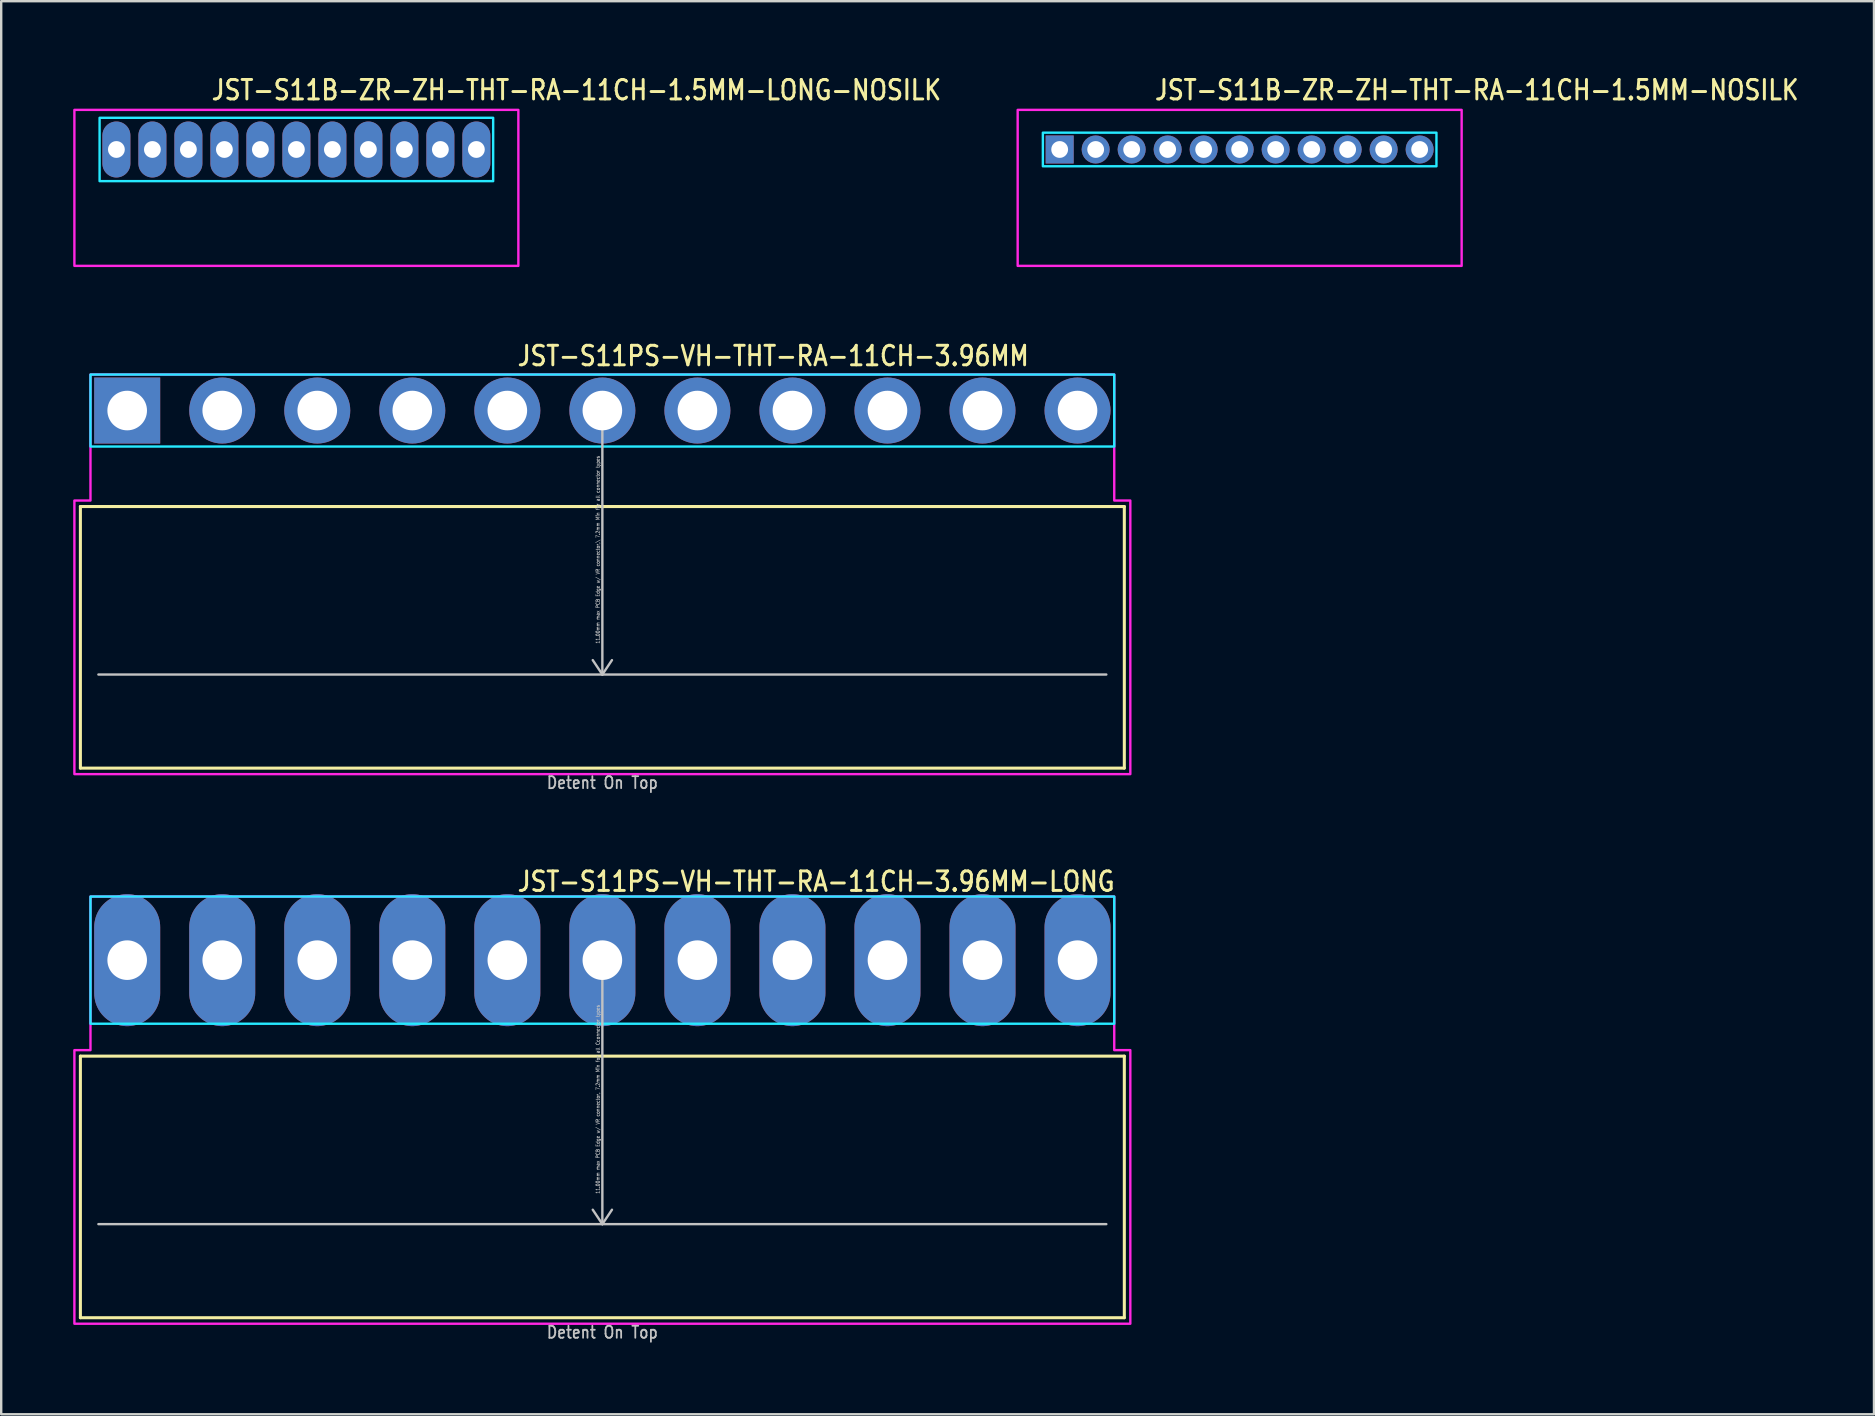
<source format=kicad_pcb>
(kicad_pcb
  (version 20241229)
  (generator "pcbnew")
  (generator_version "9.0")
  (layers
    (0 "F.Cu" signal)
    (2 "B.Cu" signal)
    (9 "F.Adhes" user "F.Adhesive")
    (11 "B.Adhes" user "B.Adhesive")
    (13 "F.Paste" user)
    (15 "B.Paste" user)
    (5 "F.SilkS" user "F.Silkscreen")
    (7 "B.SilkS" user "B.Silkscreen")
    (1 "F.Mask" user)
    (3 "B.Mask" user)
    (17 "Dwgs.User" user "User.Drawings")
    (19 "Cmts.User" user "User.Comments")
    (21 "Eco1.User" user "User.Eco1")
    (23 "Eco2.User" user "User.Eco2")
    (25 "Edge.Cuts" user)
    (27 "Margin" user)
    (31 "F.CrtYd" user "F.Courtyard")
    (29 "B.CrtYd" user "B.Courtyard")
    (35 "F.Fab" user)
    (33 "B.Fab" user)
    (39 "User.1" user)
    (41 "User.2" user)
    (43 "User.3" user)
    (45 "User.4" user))
  (footprint "JST-S11PS-VH-THT-RA-11CH-3.96MM-LONG"
    (layer "F.Cu")
    (at 22.05 36.959)
    (property "Reference" "JST-S11PS-VH-THT-RA-11CH-3.96MM-LONG" (at -3.6 -2.8 0) (unlocked yes) (layer "F.SilkS") (effects (font (size 0.813 0.695) (thickness 0.122)) (justify left bottom)))
    (fp_line (start -21.75 4) (end 21.75 4) (stroke (width 0.127) (type solid)) (layer "F.SilkS"))
    (fp_line (start -21.75 14.9) (end -21.75 4) (stroke (width 0.127) (type solid)) (layer "F.SilkS"))
    (fp_line (start -21.75 14.9) (end 21.75 14.9) (stroke (width 0.127) (type solid)) (layer "F.SilkS"))
    (fp_line (start 21.75 4) (end 21.75 14.9) (stroke (width 0.127) (type solid)) (layer "F.SilkS"))
    (fp_line (start -21 11) (end 21 11) (stroke (width 0.1) (type solid)) (layer "Dwgs.User"))
    (fp_line (start 0 0) (end -0.4 0.6) (stroke (width 0.1) (type solid)) (layer "Dwgs.User"))
    (fp_line (start 0 0) (end 0 11) (stroke (width 0.1) (type solid)) (layer "Dwgs.User"))
    (fp_line (start 0 0) (end 0.4 0.6) (stroke (width 0.1) (type solid)) (layer "Dwgs.User"))
    (fp_line (start 0 11) (end -0.4 10.4) (stroke (width 0.1) (type solid)) (layer "Dwgs.User"))
    (fp_line (start 0 11) (end 0.4 10.4) (stroke (width 0.1) (type solid)) (layer "Dwgs.User"))
    (fp_poly (pts (xy -21.33 -2.65) (xy -21.33 2.65) (xy 21.33 2.65) (xy 21.33 -2.65)) (stroke (width 0.1) (type solid)) (fill no) (layer "B.CrtYd"))
    (fp_poly (pts (xy -22 3.75) (xy -22 15.15) (xy 22 15.15) (xy 22 3.75) (xy 21.33 3.75) (xy 21.33 -2.65) (xy -21.33 -2.65) (xy -21.33 3.75)) (stroke (width 0.1) (type solid)) (fill no) (layer "F.CrtYd"))
    (fp_text user "11.00mm max PCB Edge w/ VR connector, 7.2mm Min for all Cconnector types" (at -0.1 5.8 90) (unlocked yes) (layer "Dwgs.User") (effects (font (size 0.15 0.128) (thickness 0.022)) (justify bottom)))
    (fp_text user "Detent On Top" (at 0 15.8 0) (unlocked yes) (layer "Dwgs.User") (effects (font (size 0.5 0.427) (thickness 0.075)) (justify bottom)))
    (pad "P$1" thru_hole oval (at -19.8 0 90) (size 5.5 2.75) (drill 1.65) (layers "*.Cu" "*.Mask"))
    (pad "P$2" thru_hole oval (at -15.84 0 90) (size 5.5 2.75) (drill 1.65) (layers "*.Cu" "*.Mask"))
    (pad "P$3" thru_hole oval (at -11.88 0 90) (size 5.5 2.75) (drill 1.65) (layers "*.Cu" "*.Mask"))
    (pad "P$4" thru_hole oval (at -7.92 0 90) (size 5.5 2.75) (drill 1.65) (layers "*.Cu" "*.Mask"))
    (pad "P$5" thru_hole oval (at -3.96 0 90) (size 5.5 2.75) (drill 1.65) (layers "*.Cu" "*.Mask"))
    (pad "P$6" thru_hole oval (at 0 0 90) (size 5.5 2.75) (drill 1.65) (layers "*.Cu" "*.Mask"))
    (pad "P$7" thru_hole oval (at 3.96 0 90) (size 5.5 2.75) (drill 1.65) (layers "*.Cu" "*.Mask"))
    (pad "P$8" thru_hole oval (at 7.92 0 90) (size 5.5 2.75) (drill 1.65) (layers "*.Cu" "*.Mask"))
    (pad "P$9" thru_hole oval (at 11.88 0 90) (size 5.5 2.75) (drill 1.65) (layers "*.Cu" "*.Mask"))
    (pad "P$10" thru_hole oval (at 15.84 0 90) (size 5.5 2.75) (drill 1.65) (layers "*.Cu" "*.Mask"))
    (pad "P$11" thru_hole oval (at 19.8 0 90) (size 5.5 2.75) (drill 1.65) (layers "*.Cu" "*.Mask")))
  (footprint "JST-S11PS-VH-THT-RA-11CH-3.96MM"
    (layer "F.Cu")
    (at 22.05 14.057)
    (property "Reference" "JST-S11PS-VH-THT-RA-11CH-3.96MM" (at -3.6 -1.8 0) (unlocked yes) (layer "F.SilkS") (effects (font (size 0.813 0.695) (thickness 0.122)) (justify left bottom)))
    (fp_line (start -21.75 4) (end 21.75 4) (stroke (width 0.127) (type solid)) (layer "F.SilkS"))
    (fp_line (start -21.75 14.9) (end -21.75 4) (stroke (width 0.127) (type solid)) (layer "F.SilkS"))
    (fp_line (start -21.75 14.9) (end 21.75 14.9) (stroke (width 0.127) (type solid)) (layer "F.SilkS"))
    (fp_line (start 21.75 4) (end 21.75 14.9) (stroke (width 0.127) (type solid)) (layer "F.SilkS"))
    (fp_line (start -21 11) (end 21 11) (stroke (width 0.1) (type solid)) (layer "Dwgs.User"))
    (fp_line (start 0 0) (end -0.4 0.6) (stroke (width 0.1) (type solid)) (layer "Dwgs.User"))
    (fp_line (start 0 0) (end 0 11) (stroke (width 0.1) (type solid)) (layer "Dwgs.User"))
    (fp_line (start 0 0) (end 0.4 0.6) (stroke (width 0.1) (type solid)) (layer "Dwgs.User"))
    (fp_line (start 0 11) (end -0.4 10.4) (stroke (width 0.1) (type solid)) (layer "Dwgs.User"))
    (fp_line (start 0 11) (end 0.4 10.4) (stroke (width 0.1) (type solid)) (layer "Dwgs.User"))
    (fp_poly (pts (xy -21.33 -1.5) (xy -21.33 1.5) (xy 21.33 1.5) (xy 21.33 -1.5)) (stroke (width 0.1) (type solid)) (fill no) (layer "B.CrtYd"))
    (fp_poly (pts (xy -22 3.75) (xy -22 15.15) (xy 22 15.15) (xy 22 3.75) (xy 21.33 3.75) (xy 21.33 -1.5) (xy -21.33 -1.5) (xy -21.33 3.75)) (stroke (width 0.1) (type solid)) (fill no) (layer "F.CrtYd"))
    (fp_text user "Detent On Top" (at 0 15.8 0) (unlocked yes) (layer "Dwgs.User") (effects (font (size 0.5 0.427) (thickness 0.075)) (justify bottom)))
    (fp_text user "11.00mm max PCB Edge w/ VR connector,\\ 7.2mm Min for all connector types" (at -0.1 5.8 90) (unlocked yes) (layer "Dwgs.User") (effects (font (size 0.15 0.128) (thickness 0.022)) (justify bottom)))
    (pad "P$1" thru_hole rect (at -19.8 0) (size 2.75 2.75) (drill 1.65) (layers "*.Cu" "*.Mask"))
    (pad "P$2" thru_hole oval (at -15.84 0) (size 2.75 2.75) (drill 1.65) (layers "*.Cu" "*.Mask"))
    (pad "P$3" thru_hole oval (at -11.88 0) (size 2.75 2.75) (drill 1.65) (layers "*.Cu" "*.Mask"))
    (pad "P$4" thru_hole oval (at -7.92 0) (size 2.75 2.75) (drill 1.65) (layers "*.Cu" "*.Mask"))
    (pad "P$5" thru_hole oval (at -3.96 0) (size 2.75 2.75) (drill 1.65) (layers "*.Cu" "*.Mask"))
    (pad "P$6" thru_hole oval (at 0 0) (size 2.75 2.75) (drill 1.65) (layers "*.Cu" "*.Mask"))
    (pad "P$7" thru_hole oval (at 3.96 0) (size 2.75 2.75) (drill 1.65) (layers "*.Cu" "*.Mask"))
    (pad "P$8" thru_hole oval (at 7.92 0) (size 2.75 2.75) (drill 1.65) (layers "*.Cu" "*.Mask"))
    (pad "P$9" thru_hole oval (at 11.88 0) (size 2.75 2.75) (drill 1.65) (layers "*.Cu" "*.Mask"))
    (pad "P$10" thru_hole oval (at 15.84 0) (size 2.75 2.75) (drill 1.65) (layers "*.Cu" "*.Mask"))
    (pad "P$11" thru_hole oval (at 19.8 0) (size 2.75 2.75) (drill 1.65) (layers "*.Cu" "*.Mask")))
  (footprint "JST-S11B-ZR-ZH-THT-RA-11CH-1.5MM-NOSILK"
    (layer "F.Cu")
    (at 48.606 3.179)
    (property "Reference" "JST-S11B-ZR-ZH-THT-RA-11CH-1.5MM-NOSILK" (at -3.6 -2 0) (unlocked yes) (layer "F.SilkS") (effects (font (size 0.813 0.695) (thickness 0.122)) (justify left bottom)))
    (fp_poly (pts (xy -8.2 -0.7) (xy -8.2 0.7) (xy 8.2 0.7) (xy 8.2 -0.7)) (stroke (width 0.1) (type solid)) (fill no) (layer "B.CrtYd"))
    (fp_poly (pts (xy -9.25 -1.65) (xy -9.25 4.85) (xy 9.25 4.85) (xy 9.25 -1.65)) (stroke (width 0.1) (type solid)) (fill no) (layer "F.CrtYd"))
    (pad "P$1" thru_hole rect (at -7.5 0) (size 1.167 1.167) (drill 0.7) (layers "*.Cu" "*.Mask"))
    (pad "P$2" thru_hole oval (at -6 0) (size 1.167 1.167) (drill 0.7) (layers "*.Cu" "*.Mask"))
    (pad "P$3" thru_hole oval (at -4.5 0) (size 1.167 1.167) (drill 0.7) (layers "*.Cu" "*.Mask"))
    (pad "P$4" thru_hole oval (at -3 0) (size 1.167 1.167) (drill 0.7) (layers "*.Cu" "*.Mask"))
    (pad "P$5" thru_hole oval (at -1.5 0) (size 1.167 1.167) (drill 0.7) (layers "*.Cu" "*.Mask"))
    (pad "P$6" thru_hole oval (at 0 0) (size 1.167 1.167) (drill 0.7) (layers "*.Cu" "*.Mask"))
    (pad "P$7" thru_hole oval (at 1.5 0) (size 1.167 1.167) (drill 0.7) (layers "*.Cu" "*.Mask"))
    (pad "P$8" thru_hole oval (at 3 0) (size 1.167 1.167) (drill 0.7) (layers "*.Cu" "*.Mask"))
    (pad "P$9" thru_hole oval (at 4.5 0) (size 1.167 1.167) (drill 0.7) (layers "*.Cu" "*.Mask"))
    (pad "P$10" thru_hole oval (at 6 0) (size 1.167 1.167) (drill 0.7) (layers "*.Cu" "*.Mask"))
    (pad "P$11" thru_hole oval (at 7.5 0) (size 1.167 1.167) (drill 0.7) (layers "*.Cu" "*.Mask")))
  (footprint "JST-S11B-ZR-ZH-THT-RA-11CH-1.5MM-LONG-NOSILK"
    (layer "F.Cu")
    (at 9.3 3.179)
    (property "Reference" "JST-S11B-ZR-ZH-THT-RA-11CH-1.5MM-LONG-NOSILK" (at -3.6 -2 0) (unlocked yes) (layer "F.SilkS") (effects (font (size 0.813 0.695) (thickness 0.122)) (justify left bottom)))
    (fp_poly (pts (xy -8.2 -1.32) (xy -8.2 1.32) (xy 8.2 1.32) (xy 8.2 -1.32)) (stroke (width 0.1) (type solid)) (fill no) (layer "B.CrtYd"))
    (fp_poly (pts (xy -9.25 -1.65) (xy -9.25 4.85) (xy 9.25 4.85) (xy 9.25 -1.65)) (stroke (width 0.1) (type solid)) (fill no) (layer "F.CrtYd"))
    (pad "P$1" thru_hole oval (at -7.5 0 90) (size 2.333 1.167) (drill 0.7) (layers "*.Cu" "*.Mask"))
    (pad "P$2" thru_hole oval (at -6 0 90) (size 2.333 1.167) (drill 0.7) (layers "*.Cu" "*.Mask"))
    (pad "P$3" thru_hole oval (at -4.5 0 90) (size 2.333 1.167) (drill 0.7) (layers "*.Cu" "*.Mask"))
    (pad "P$4" thru_hole oval (at -3 0 90) (size 2.333 1.167) (drill 0.7) (layers "*.Cu" "*.Mask"))
    (pad "P$5" thru_hole oval (at -1.5 0 90) (size 2.333 1.167) (drill 0.7) (layers "*.Cu" "*.Mask"))
    (pad "P$6" thru_hole oval (at 0 0 90) (size 2.333 1.167) (drill 0.7) (layers "*.Cu" "*.Mask"))
    (pad "P$7" thru_hole oval (at 1.5 0 90) (size 2.333 1.167) (drill 0.7) (layers "*.Cu" "*.Mask"))
    (pad "P$8" thru_hole oval (at 3 0 90) (size 2.333 1.167) (drill 0.7) (layers "*.Cu" "*.Mask"))
    (pad "P$9" thru_hole oval (at 4.5 0 90) (size 2.333 1.167) (drill 0.7) (layers "*.Cu" "*.Mask"))
    (pad "P$10" thru_hole oval (at 6 0 90) (size 2.333 1.167) (drill 0.7) (layers "*.Cu" "*.Mask"))
    (pad "P$11" thru_hole oval (at 7.5 0 90) (size 2.333 1.167) (drill 0.7) (layers "*.Cu" "*.Mask")))
  (gr_rect
    (start -3 -3)
    (end 75.038 55.882)
    (stroke (width 0.1) (type default))
    (fill no)
    (layer "Edge.Cuts")))
</source>
